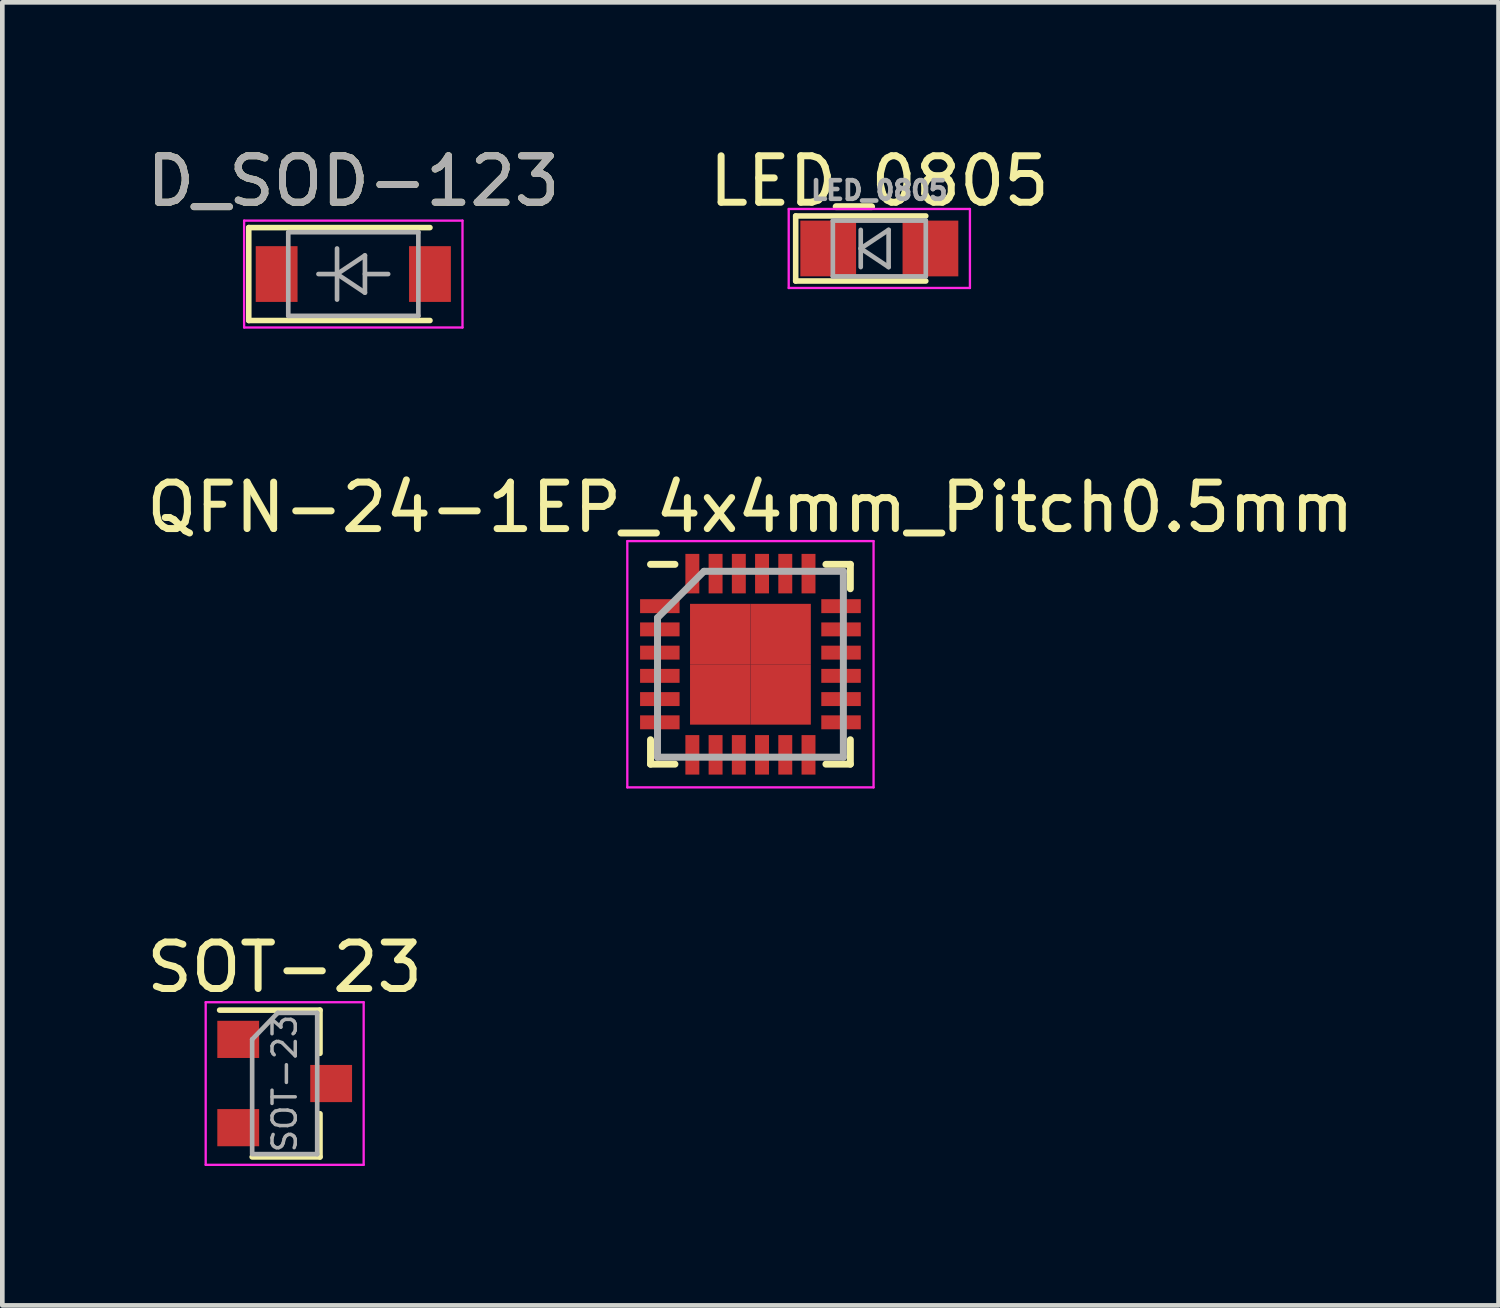
<source format=kicad_pcb>
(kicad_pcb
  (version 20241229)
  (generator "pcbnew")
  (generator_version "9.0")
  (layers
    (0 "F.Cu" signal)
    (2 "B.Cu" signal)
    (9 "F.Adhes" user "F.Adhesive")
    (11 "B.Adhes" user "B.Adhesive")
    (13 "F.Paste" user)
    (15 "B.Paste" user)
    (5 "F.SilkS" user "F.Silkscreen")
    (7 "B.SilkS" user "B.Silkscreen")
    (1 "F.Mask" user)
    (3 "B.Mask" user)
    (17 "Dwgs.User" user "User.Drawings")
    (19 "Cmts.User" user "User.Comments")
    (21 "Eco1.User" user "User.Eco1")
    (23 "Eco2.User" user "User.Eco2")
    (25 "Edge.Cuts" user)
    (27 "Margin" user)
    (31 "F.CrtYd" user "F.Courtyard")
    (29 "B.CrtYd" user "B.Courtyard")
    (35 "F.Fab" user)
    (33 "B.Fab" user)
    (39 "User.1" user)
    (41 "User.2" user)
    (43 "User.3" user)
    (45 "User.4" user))
  (footprint "SOT-23"
    (placed yes)
    (layer "F.Cu")
    (at 3.077 20.27)
    (property "Reference" "SOT-23" (at 0 -2.5 0) (layer "F.SilkS") (effects (font (size 1 1) (thickness 0.15))))
    (attr smd)
    (fp_line (start 0.76 -1.58) (end -1.4 -1.58) (stroke (width 0.12) (type solid)) (layer "F.SilkS"))
    (fp_line (start 0.76 -1.58) (end 0.76 -0.65) (stroke (width 0.12) (type solid)) (layer "F.SilkS"))
    (fp_line (start 0.76 1.58) (end -0.7 1.58) (stroke (width 0.12) (type solid)) (layer "F.SilkS"))
    (fp_line (start 0.76 1.58) (end 0.76 0.65) (stroke (width 0.12) (type solid)) (layer "F.SilkS"))
    (fp_line (start -1.7 -1.75) (end 1.7 -1.75) (stroke (width 0.05) (type solid)) (layer "F.CrtYd"))
    (fp_line (start -1.7 1.75) (end -1.7 -1.75) (stroke (width 0.05) (type solid)) (layer "F.CrtYd"))
    (fp_line (start 1.7 -1.75) (end 1.7 1.75) (stroke (width 0.05) (type solid)) (layer "F.CrtYd"))
    (fp_line (start 1.7 1.75) (end -1.7 1.75) (stroke (width 0.05) (type solid)) (layer "F.CrtYd"))
    (fp_line (start -0.7 -0.95) (end -0.7 1.5) (stroke (width 0.1) (type solid)) (layer "F.Fab"))
    (fp_line (start -0.7 -0.95) (end -0.15 -1.52) (stroke (width 0.1) (type solid)) (layer "F.Fab"))
    (fp_line (start -0.7 1.52) (end 0.7 1.52) (stroke (width 0.1) (type solid)) (layer "F.Fab"))
    (fp_line (start -0.15 -1.52) (end 0.7 -1.52) (stroke (width 0.1) (type solid)) (layer "F.Fab"))
    (fp_line (start 0.7 -1.52) (end 0.7 1.52) (stroke (width 0.1) (type solid)) (layer "F.Fab"))
    (fp_text user "${REFERENCE}" (at 0 0 90) (layer "F.Fab") (effects (font (size 0.5 0.5) (thickness 0.075))))
    (pad "1" smd rect (at -1 -0.95) (size 0.9 0.8) (layers "F.Cu" "F.Mask" "F.Paste"))
    (pad "2" smd rect (at -1 0.95) (size 0.9 0.8) (layers "F.Cu" "F.Mask" "F.Paste"))
    (pad "3" smd rect (at 1 0) (size 0.9 0.8) (layers "F.Cu" "F.Mask" "F.Paste")))
  (footprint "QFN-24-1EP_4x4mm_Pitch0.5mm"
    (layer "F.Cu")
    (at 13.101 11.246)
    (property "Reference" "QFN-24-1EP_4x4mm_Pitch0.5mm" (at 0 -3.375 0) (layer "F.SilkS") (effects (font (size 1 1) (thickness 0.15))))
    (attr smd)
    (fp_line (start -2.15 -2.15) (end -1.625 -2.15) (stroke (width 0.15) (type solid)) (layer "F.SilkS"))
    (fp_line (start -2.15 2.15) (end -2.15 1.625) (stroke (width 0.15) (type solid)) (layer "F.SilkS"))
    (fp_line (start -2.15 2.15) (end -1.625 2.15) (stroke (width 0.15) (type solid)) (layer "F.SilkS"))
    (fp_line (start 2.15 -2.15) (end 1.625 -2.15) (stroke (width 0.15) (type solid)) (layer "F.SilkS"))
    (fp_line (start 2.15 -2.15) (end 2.15 -1.625) (stroke (width 0.15) (type solid)) (layer "F.SilkS"))
    (fp_line (start 2.15 2.15) (end 1.625 2.15) (stroke (width 0.15) (type solid)) (layer "F.SilkS"))
    (fp_line (start 2.15 2.15) (end 2.15 1.625) (stroke (width 0.15) (type solid)) (layer "F.SilkS"))
    (fp_line (start -2.65 -2.65) (end -2.65 2.65) (stroke (width 0.05) (type solid)) (layer "F.CrtYd"))
    (fp_line (start -2.65 -2.65) (end 2.65 -2.65) (stroke (width 0.05) (type solid)) (layer "F.CrtYd"))
    (fp_line (start -2.65 2.65) (end 2.65 2.65) (stroke (width 0.05) (type solid)) (layer "F.CrtYd"))
    (fp_line (start 2.65 -2.65) (end 2.65 2.65) (stroke (width 0.05) (type solid)) (layer "F.CrtYd"))
    (fp_line (start -2 -1) (end -1 -2) (stroke (width 0.15) (type solid)) (layer "F.Fab"))
    (fp_line (start -2 2) (end -2 -1) (stroke (width 0.15) (type solid)) (layer "F.Fab"))
    (fp_line (start -1 -2) (end 2 -2) (stroke (width 0.15) (type solid)) (layer "F.Fab"))
    (fp_line (start 2 -2) (end 2 2) (stroke (width 0.15) (type solid)) (layer "F.Fab"))
    (fp_line (start 2 2) (end -2 2) (stroke (width 0.15) (type solid)) (layer "F.Fab"))
    (pad "1" smd rect (at -1.95 -1.25) (size 0.85 0.3) (layers "F.Cu" "F.Mask" "F.Paste"))
    (pad "2" smd rect (at -1.95 -0.75) (size 0.85 0.3) (layers "F.Cu" "F.Mask" "F.Paste"))
    (pad "3" smd rect (at -1.95 -0.25) (size 0.85 0.3) (layers "F.Cu" "F.Mask" "F.Paste"))
    (pad "4" smd rect (at -1.95 0.25) (size 0.85 0.3) (layers "F.Cu" "F.Mask" "F.Paste"))
    (pad "5" smd rect (at -1.95 0.75) (size 0.85 0.3) (layers "F.Cu" "F.Mask" "F.Paste"))
    (pad "6" smd rect (at -1.95 1.25) (size 0.85 0.3) (layers "F.Cu" "F.Mask" "F.Paste"))
    (pad "7" smd rect (at -1.25 1.95 90) (size 0.85 0.3) (layers "F.Cu" "F.Mask" "F.Paste"))
    (pad "8" smd rect (at -0.75 1.95 90) (size 0.85 0.3) (layers "F.Cu" "F.Mask" "F.Paste"))
    (pad "9" smd rect (at -0.25 1.95 90) (size 0.85 0.3) (layers "F.Cu" "F.Mask" "F.Paste"))
    (pad "10" smd rect (at 0.25 1.95 90) (size 0.85 0.3) (layers "F.Cu" "F.Mask" "F.Paste"))
    (pad "11" smd rect (at 0.75 1.95 90) (size 0.85 0.3) (layers "F.Cu" "F.Mask" "F.Paste"))
    (pad "12" smd rect (at 1.25 1.95 90) (size 0.85 0.3) (layers "F.Cu" "F.Mask" "F.Paste"))
    (pad "13" smd rect (at 1.95 1.25) (size 0.85 0.3) (layers "F.Cu" "F.Mask" "F.Paste"))
    (pad "14" smd rect (at 1.95 0.75) (size 0.85 0.3) (layers "F.Cu" "F.Mask" "F.Paste"))
    (pad "15" smd rect (at 1.95 0.25) (size 0.85 0.3) (layers "F.Cu" "F.Mask" "F.Paste"))
    (pad "16" smd rect (at 1.95 -0.25) (size 0.85 0.3) (layers "F.Cu" "F.Mask" "F.Paste"))
    (pad "17" smd rect (at 1.95 -0.75) (size 0.85 0.3) (layers "F.Cu" "F.Mask" "F.Paste"))
    (pad "18" smd rect (at 1.95 -1.25) (size 0.85 0.3) (layers "F.Cu" "F.Mask" "F.Paste"))
    (pad "19" smd rect (at 1.25 -1.95 90) (size 0.85 0.3) (layers "F.Cu" "F.Mask" "F.Paste"))
    (pad "20" smd rect (at 0.75 -1.95 90) (size 0.85 0.3) (layers "F.Cu" "F.Mask" "F.Paste"))
    (pad "21" smd rect (at 0.25 -1.95 90) (size 0.85 0.3) (layers "F.Cu" "F.Mask" "F.Paste"))
    (pad "22" smd rect (at -0.25 -1.95 90) (size 0.85 0.3) (layers "F.Cu" "F.Mask" "F.Paste"))
    (pad "23" smd rect (at -0.75 -1.95 90) (size 0.85 0.3) (layers "F.Cu" "F.Mask" "F.Paste"))
    (pad "24" smd rect (at -1.25 -1.95 90) (size 0.85 0.3) (layers "F.Cu" "F.Mask" "F.Paste"))
    (pad "25" smd rect (at -0.65 -0.65) (size 1.3 1.3) (layers "F.Cu" "F.Mask" "F.Paste"))
    (pad "25" smd rect (at -0.65 0.65) (size 1.3 1.3) (layers "F.Cu" "F.Mask" "F.Paste"))
    (pad "25" smd rect (at 0.65 -0.65) (size 1.3 1.3) (layers "F.Cu" "F.Mask" "F.Paste"))
    (pad "25" smd rect (at 0.65 0.65) (size 1.3 1.3) (layers "F.Cu" "F.Mask" "F.Paste")))
  (footprint "LED_0805"
    (layer "F.Cu")
    (at 15.875 2.298)
    (property "Reference" "LED_0805" (at 0 -1.45 0) (layer "F.SilkS") (effects (font (size 1 1) (thickness 0.15))))
    (attr smd)
    (fp_line (start -1.8 -0.7) (end -1.8 0.7) (stroke (width 0.12) (type solid)) (layer "F.SilkS"))
    (fp_line (start -1.8 -0.7) (end 1 -0.7) (stroke (width 0.12) (type solid)) (layer "F.SilkS"))
    (fp_line (start -1.8 0.7) (end 1 0.7) (stroke (width 0.12) (type solid)) (layer "F.SilkS"))
    (fp_line (start -1.95 -0.85) (end 1.95 -0.85) (stroke (width 0.05) (type solid)) (layer "F.CrtYd"))
    (fp_line (start -1.95 0.85) (end -1.95 -0.85) (stroke (width 0.05) (type solid)) (layer "F.CrtYd"))
    (fp_line (start 1.95 -0.85) (end 1.95 0.85) (stroke (width 0.05) (type solid)) (layer "F.CrtYd"))
    (fp_line (start 1.95 0.85) (end -1.95 0.85) (stroke (width 0.05) (type solid)) (layer "F.CrtYd"))
    (fp_line (start -1 -0.6) (end 1 -0.6) (stroke (width 0.1) (type solid)) (layer "F.Fab"))
    (fp_line (start -1 0.6) (end -1 -0.6) (stroke (width 0.1) (type solid)) (layer "F.Fab"))
    (fp_line (start -0.4 -0.4) (end -0.4 0.4) (stroke (width 0.1) (type solid)) (layer "F.Fab"))
    (fp_line (start -0.4 0) (end 0.2 -0.4) (stroke (width 0.1) (type solid)) (layer "F.Fab"))
    (fp_line (start 0.2 -0.4) (end 0.2 0.4) (stroke (width 0.1) (type solid)) (layer "F.Fab"))
    (fp_line (start 0.2 0.4) (end -0.4 0) (stroke (width 0.1) (type solid)) (layer "F.Fab"))
    (fp_line (start 1 -0.6) (end 1 0.6) (stroke (width 0.1) (type solid)) (layer "F.Fab"))
    (fp_line (start 1 0.6) (end -1 0.6) (stroke (width 0.1) (type solid)) (layer "F.Fab"))
    (fp_text user "${REFERENCE}" (at 0 -1.25 0) (layer "F.Fab") (effects (font (size 0.4 0.4) (thickness 0.1))))
    (pad "1" smd rect (at -1.1 0 180) (size 1.2 1.2) (layers "F.Cu" "F.Mask" "F.Paste"))
    (pad "2" smd rect (at 1.1 0 180) (size 1.2 1.2) (layers "F.Cu" "F.Mask" "F.Paste")))
  (footprint "D_SOD-123"
    (placed yes)
    (layer "F.Cu")
    (at 4.554 2.848)
    (property "Reference" "D_SOD-123" (at 0 -2 0) (layer "F.SilkS") (effects (font (size 1 1) (thickness 0.15))))
    (attr smd)
    (fp_line (start -2.25 -1) (end -2.25 1) (stroke (width 0.12) (type solid)) (layer "F.SilkS"))
    (fp_line (start -2.25 -1) (end 1.65 -1) (stroke (width 0.12) (type solid)) (layer "F.SilkS"))
    (fp_line (start -2.25 1) (end 1.65 1) (stroke (width 0.12) (type solid)) (layer "F.SilkS"))
    (fp_line (start -2.35 -1.15) (end -2.35 1.15) (stroke (width 0.05) (type solid)) (layer "F.CrtYd"))
    (fp_line (start -2.35 -1.15) (end 2.35 -1.15) (stroke (width 0.05) (type solid)) (layer "F.CrtYd"))
    (fp_line (start 2.35 -1.15) (end 2.35 1.15) (stroke (width 0.05) (type solid)) (layer "F.CrtYd"))
    (fp_line (start 2.35 1.15) (end -2.35 1.15) (stroke (width 0.05) (type solid)) (layer "F.CrtYd"))
    (fp_line (start -1.4 -0.9) (end 1.4 -0.9) (stroke (width 0.1) (type solid)) (layer "F.Fab"))
    (fp_line (start -1.4 0.9) (end -1.4 -0.9) (stroke (width 0.1) (type solid)) (layer "F.Fab"))
    (fp_line (start -0.75 0) (end -0.35 0) (stroke (width 0.1) (type solid)) (layer "F.Fab"))
    (fp_line (start -0.35 0) (end -0.35 -0.55) (stroke (width 0.1) (type solid)) (layer "F.Fab"))
    (fp_line (start -0.35 0) (end -0.35 0.55) (stroke (width 0.1) (type solid)) (layer "F.Fab"))
    (fp_line (start -0.35 0) (end 0.25 -0.4) (stroke (width 0.1) (type solid)) (layer "F.Fab"))
    (fp_line (start 0.25 -0.4) (end 0.25 0.4) (stroke (width 0.1) (type solid)) (layer "F.Fab"))
    (fp_line (start 0.25 0) (end 0.75 0) (stroke (width 0.1) (type solid)) (layer "F.Fab"))
    (fp_line (start 0.25 0.4) (end -0.35 0) (stroke (width 0.1) (type solid)) (layer "F.Fab"))
    (fp_line (start 1.4 -0.9) (end 1.4 0.9) (stroke (width 0.1) (type solid)) (layer "F.Fab"))
    (fp_line (start 1.4 0.9) (end -1.4 0.9) (stroke (width 0.1) (type solid)) (layer "F.Fab"))
    (fp_text user "${REFERENCE}" (at 0 -2 0) (layer "F.Fab") (effects (font (size 1 1) (thickness 0.15))))
    (pad "1" smd rect (at -1.65 0) (size 0.9 1.2) (layers "F.Cu" "F.Mask" "F.Paste"))
    (pad "2" smd rect (at 1.65 0) (size 0.9 1.2) (layers "F.Cu" "F.Mask" "F.Paste")))
  (gr_rect
    (start -3 -3)
    (end 29.202 25.045)
    (stroke (width 0.1) (type default))
    (fill no)
    (layer "Edge.Cuts")))
</source>
